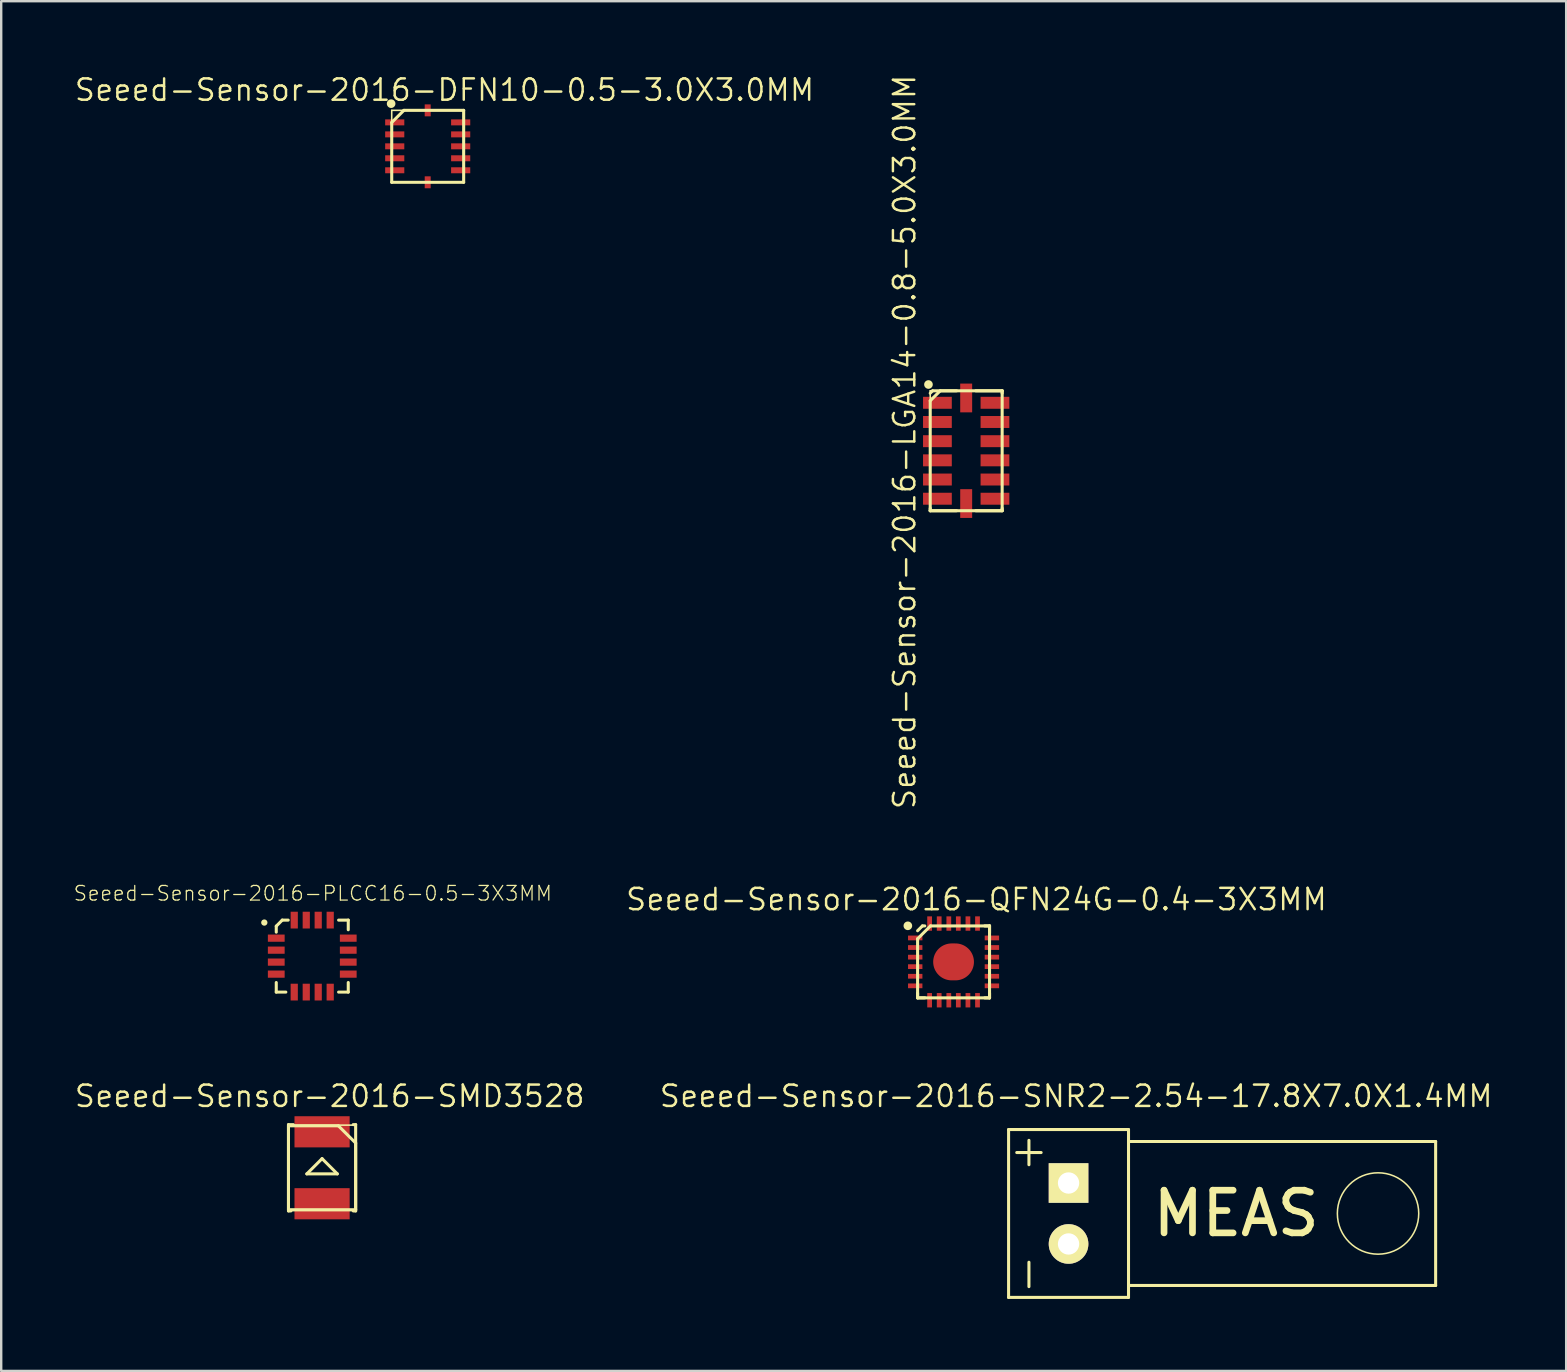
<source format=kicad_pcb>
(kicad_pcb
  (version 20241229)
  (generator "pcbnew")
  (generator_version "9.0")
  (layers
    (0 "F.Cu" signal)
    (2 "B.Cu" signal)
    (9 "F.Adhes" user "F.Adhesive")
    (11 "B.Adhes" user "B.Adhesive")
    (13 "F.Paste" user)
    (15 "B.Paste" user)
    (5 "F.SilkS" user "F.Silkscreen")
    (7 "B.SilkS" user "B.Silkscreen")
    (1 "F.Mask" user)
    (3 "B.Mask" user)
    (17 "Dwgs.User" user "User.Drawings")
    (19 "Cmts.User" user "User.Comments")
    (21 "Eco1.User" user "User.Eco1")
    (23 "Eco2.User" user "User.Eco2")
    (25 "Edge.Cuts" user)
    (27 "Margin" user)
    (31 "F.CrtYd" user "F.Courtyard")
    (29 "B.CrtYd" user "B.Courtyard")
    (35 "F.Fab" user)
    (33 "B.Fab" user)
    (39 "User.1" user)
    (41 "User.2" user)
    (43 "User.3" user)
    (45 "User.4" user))
  (footprint "Seeed-Sensor-2016-SNR2-2.54-17.8X7.0X1.4MM"
    (layer "F.Cu")
    (at 41.481 47.521)
    (property "Reference" "Seeed-Sensor-2016-SNR2-2.54-17.8X7.0X1.4MM" (at 0.318 -4.889 0) (layer "F.SilkS") (effects (font (size 0.889 0.889) (thickness 0.102))))
    (attr exclude_from_pos_files exclude_from_bom)
    (fp_line (start -2.499 -3.498) (end -2.499 3.498) (stroke (width 0.127) (type solid)) (layer "F.SilkS"))
    (fp_line (start -2.499 3.498) (end 2.499 3.498) (stroke (width 0.127) (type solid)) (layer "F.SilkS"))
    (fp_line (start -1.651 -2.54) (end -2.159 -2.54) (stroke (width 0.127) (type solid)) (layer "F.SilkS"))
    (fp_line (start -1.651 -2.54) (end -1.651 -3.048) (stroke (width 0.127) (type solid)) (layer "F.SilkS"))
    (fp_line (start -1.651 -2.54) (end -1.651 -2.032) (stroke (width 0.127) (type solid)) (layer "F.SilkS"))
    (fp_line (start -1.651 -2.54) (end -1.143 -2.54) (stroke (width 0.127) (type solid)) (layer "F.SilkS"))
    (fp_line (start -1.651 3.048) (end -1.651 2.032) (stroke (width 0.127) (type solid)) (layer "F.SilkS"))
    (fp_line (start 2.499 -3.498) (end -2.499 -3.498) (stroke (width 0.127) (type solid)) (layer "F.SilkS"))
    (fp_line (start 2.499 -3) (end 2.499 -3.498) (stroke (width 0.127) (type solid)) (layer "F.SilkS"))
    (fp_line (start 2.499 -3) (end 15.298 -3) (stroke (width 0.127) (type solid)) (layer "F.SilkS"))
    (fp_line (start 2.499 3) (end 2.499 -3) (stroke (width 0.127) (type solid)) (layer "F.SilkS"))
    (fp_line (start 2.499 3.498) (end 2.499 3) (stroke (width 0.127) (type solid)) (layer "F.SilkS"))
    (fp_line (start 15.298 -3) (end 15.298 3) (stroke (width 0.127) (type solid)) (layer "F.SilkS"))
    (fp_line (start 15.298 3) (end 2.499 3) (stroke (width 0.127) (type solid)) (layer "F.SilkS"))
    (fp_circle (center 12.898 0) (end 14.097 1.199) (stroke (width 0.064) (type solid)) (fill no) (layer "F.SilkS"))
    (fp_text user "MEAS" (at 6.985 0 0) (layer "F.SilkS") (effects (font (size 1.778 1.778) (thickness 0.279))))
    (pad "1" thru_hole rect (at 0 -1.27) (size 1.651 1.651) (drill 0.889) (layers "*.Cu" "F.Mask" "F.SilkS" "F.Paste"))
    (pad "2" thru_hole circle (at 0 1.27) (size 1.651 1.651) (drill 0.889) (layers "*.Cu" "F.Mask" "F.SilkS" "F.Paste")))
  (footprint "Seeed-Sensor-2016-PLCC16-0.5-3X3MM"
    (layer "F.Cu")
    (at 8.463 38.295)
    (property "Reference" "Seeed-Sensor-2016-PLCC16-0.5-3X3MM" (at 1.524 -4.115 0) (layer "F.SilkS") (effects (font (size 0.61 0.61) (thickness 0.051))))
    (attr smd)
    (fp_line (start 0 -2.748) (end 0 -2.499) (stroke (width 0.127) (type solid)) (layer "F.SilkS"))
    (fp_line (start 0 0) (end 0 -0.399) (stroke (width 0.127) (type solid)) (layer "F.SilkS"))
    (fp_line (start 0.249 -3) (end 0 -2.748) (stroke (width 0.127) (type solid)) (layer "F.SilkS"))
    (fp_line (start 0.399 0) (end 0 0) (stroke (width 0.127) (type solid)) (layer "F.SilkS"))
    (fp_line (start 0.498 -3) (end 0.249 -3) (stroke (width 0.127) (type solid)) (layer "F.SilkS"))
    (fp_line (start 2.598 -3) (end 3 -3) (stroke (width 0.127) (type solid)) (layer "F.SilkS"))
    (fp_line (start 3 -2.598) (end 3 -3) (stroke (width 0.127) (type solid)) (layer "F.SilkS"))
    (fp_line (start 3 -0.399) (end 3 0) (stroke (width 0.127) (type solid)) (layer "F.SilkS"))
    (fp_line (start 3 0) (end 2.598 0) (stroke (width 0.127) (type solid)) (layer "F.SilkS"))
    (fp_circle (center -0.498 -2.898) (end -0.546 -2.946) (stroke (width 0.127) (type solid)) (fill no) (layer "F.SilkS"))
    (pad "1" smd rect (at 0 -2.248) (size 0.699 0.3) (layers "F.Cu" "F.Mask" "F.Paste"))
    (pad "2" smd rect (at 0 -1.748) (size 0.699 0.3) (layers "F.Cu" "F.Mask" "F.Paste"))
    (pad "3" smd rect (at 0 -1.25) (size 0.699 0.3) (layers "F.Cu" "F.Mask" "F.Paste"))
    (pad "4" smd rect (at 0 -0.749) (size 0.699 0.3) (layers "F.Cu" "F.Mask" "F.Paste"))
    (pad "5" smd rect (at 0.749 0 90) (size 0.699 0.3) (layers "F.Cu" "F.Mask" "F.Paste"))
    (pad "6" smd rect (at 1.25 0 90) (size 0.699 0.3) (layers "F.Cu" "F.Mask" "F.Paste"))
    (pad "7" smd rect (at 1.748 0 90) (size 0.699 0.3) (layers "F.Cu" "F.Mask" "F.Paste"))
    (pad "8" smd rect (at 2.248 0 90) (size 0.699 0.3) (layers "F.Cu" "F.Mask" "F.Paste"))
    (pad "9" smd rect (at 3 -0.749) (size 0.699 0.3) (layers "F.Cu" "F.Mask" "F.Paste"))
    (pad "10" smd rect (at 3 -1.25) (size 0.699 0.3) (layers "F.Cu" "F.Mask" "F.Paste"))
    (pad "11" smd rect (at 3 -1.748) (size 0.699 0.3) (layers "F.Cu" "F.Mask" "F.Paste"))
    (pad "12" smd rect (at 3 -2.248) (size 0.699 0.3) (layers "F.Cu" "F.Mask" "F.Paste"))
    (pad "13" smd rect (at 2.248 -3 90) (size 0.699 0.3) (layers "F.Cu" "F.Mask" "F.Paste"))
    (pad "14" smd rect (at 1.748 -3 90) (size 0.699 0.3) (layers "F.Cu" "F.Mask" "F.Paste"))
    (pad "15" smd rect (at 1.25 -3 90) (size 0.699 0.3) (layers "F.Cu" "F.Mask" "F.Paste"))
    (pad "16" smd rect (at 0.749 -3 90) (size 0.699 0.3) (layers "F.Cu" "F.Mask" "F.Paste")))
  (footprint "Seeed-Sensor-2016-QFN24G-0.4-3X3MM"
    (layer "F.Cu")
    (at 36.689 37.036)
    (property "Reference" "Seeed-Sensor-2016-QFN24G-0.4-3X3MM" (at 0.953 -2.603 0) (layer "F.SilkS") (effects (font (size 0.889 0.889) (thickness 0.102))))
    (attr smd)
    (fp_line (start -1.499 -0.963) (end -0.963 -1.499) (stroke (width 0.127) (type solid)) (layer "F.SilkS"))
    (fp_line (start -1.499 1.499) (end -1.499 -0.963) (stroke (width 0.127) (type solid)) (layer "F.SilkS"))
    (fp_line (start -1.499 1.499) (end -1.499 1.298) (stroke (width 0.127) (type solid)) (layer "F.SilkS"))
    (fp_line (start -1.298 -1.499) (end -1.499 -1.298) (stroke (width 0.127) (type solid)) (layer "F.SilkS"))
    (fp_line (start -1.199 -1.499) (end -1.298 -1.499) (stroke (width 0.127) (type solid)) (layer "F.SilkS"))
    (fp_line (start -1.199 1.499) (end -1.499 1.499) (stroke (width 0.127) (type solid)) (layer "F.SilkS"))
    (fp_line (start -0.963 -1.499) (end 1.499 -1.499) (stroke (width 0.127) (type solid)) (layer "F.SilkS"))
    (fp_line (start 1.298 1.499) (end 1.499 1.499) (stroke (width 0.127) (type solid)) (layer "F.SilkS"))
    (fp_line (start 1.499 -1.499) (end 1.298 -1.499) (stroke (width 0.127) (type solid)) (layer "F.SilkS"))
    (fp_line (start 1.499 -1.499) (end 1.499 1.499) (stroke (width 0.127) (type solid)) (layer "F.SilkS"))
    (fp_line (start 1.499 -1.199) (end 1.499 -1.499) (stroke (width 0.127) (type solid)) (layer "F.SilkS"))
    (fp_line (start 1.499 1.499) (end -1.499 1.499) (stroke (width 0.127) (type solid)) (layer "F.SilkS"))
    (fp_line (start 1.499 1.499) (end 1.499 1.298) (stroke (width 0.127) (type solid)) (layer "F.SilkS"))
    (fp_circle (center -1.905 -1.504) (end -2.032 -1.631) (stroke (width 0) (type solid)) (fill yes) (layer "F.SilkS"))
    (pad "1" smd rect (at -1.598 -0.998) (size 0.599 0.198) (layers "F.Cu" "F.Mask" "F.Paste"))
    (pad "2" smd rect (at -1.598 -0.599) (size 0.599 0.198) (layers "F.Cu" "F.Mask" "F.Paste"))
    (pad "3" smd rect (at -1.598 -0.198) (size 0.599 0.198) (layers "F.Cu" "F.Mask" "F.Paste"))
    (pad "4" smd rect (at -1.598 0.198) (size 0.599 0.198) (layers "F.Cu" "F.Mask" "F.Paste"))
    (pad "5" smd rect (at -1.598 0.599) (size 0.599 0.198) (layers "F.Cu" "F.Mask" "F.Paste"))
    (pad "6" smd rect (at -1.598 0.998) (size 0.599 0.198) (layers "F.Cu" "F.Mask" "F.Paste"))
    (pad "7" smd rect (at -0.998 1.598 90) (size 0.599 0.198) (layers "F.Cu" "F.Mask" "F.Paste"))
    (pad "8" smd rect (at -0.599 1.598 90) (size 0.599 0.198) (layers "F.Cu" "F.Mask" "F.Paste"))
    (pad "9" smd rect (at -0.198 1.598 90) (size 0.599 0.198) (layers "F.Cu" "F.Mask" "F.Paste"))
    (pad "10" smd rect (at 0.198 1.598 90) (size 0.599 0.198) (layers "F.Cu" "F.Mask" "F.Paste"))
    (pad "11" smd rect (at 0.599 1.598 90) (size 0.599 0.198) (layers "F.Cu" "F.Mask" "F.Paste"))
    (pad "12" smd rect (at 0.998 1.598 90) (size 0.599 0.198) (layers "F.Cu" "F.Mask" "F.Paste"))
    (pad "13" smd rect (at 1.598 0.998 180) (size 0.599 0.198) (layers "F.Cu" "F.Mask" "F.Paste"))
    (pad "14" smd rect (at 1.598 0.599 180) (size 0.599 0.198) (layers "F.Cu" "F.Mask" "F.Paste"))
    (pad "15" smd rect (at 1.598 0.198 180) (size 0.599 0.198) (layers "F.Cu" "F.Mask" "F.Paste"))
    (pad "16" smd rect (at 1.598 -0.198 180) (size 0.599 0.198) (layers "F.Cu" "F.Mask" "F.Paste"))
    (pad "17" smd rect (at 1.598 -0.599 180) (size 0.599 0.198) (layers "F.Cu" "F.Mask" "F.Paste"))
    (pad "18" smd rect (at 1.598 -0.998 180) (size 0.599 0.198) (layers "F.Cu" "F.Mask" "F.Paste"))
    (pad "19" smd rect (at 0.998 -1.598 270) (size 0.599 0.198) (layers "F.Cu" "F.Mask" "F.Paste"))
    (pad "20" smd rect (at 0.599 -1.598 270) (size 0.599 0.198) (layers "F.Cu" "F.Mask" "F.Paste"))
    (pad "21" smd rect (at 0.198 -1.598 270) (size 0.599 0.198) (layers "F.Cu" "F.Mask" "F.Paste"))
    (pad "22" smd rect (at -0.198 -1.598 270) (size 0.599 0.198) (layers "F.Cu" "F.Mask" "F.Paste"))
    (pad "23" smd rect (at -0.599 -1.598 270) (size 0.599 0.198) (layers "F.Cu" "F.Mask" "F.Paste"))
    (pad "24" smd rect (at -0.998 -1.598 270) (size 0.599 0.198) (layers "F.Cu" "F.Mask" "F.Paste"))
    (pad "25" smd oval (at 0 0) (size 1.699 1.539) (layers "F.Cu" "F.Mask" "F.Paste")))
  (footprint "Seeed-Sensor-2016-DFN10-0.5-3.0X3.0MM"
    (layer "F.Cu")
    (at 14.774 3.048)
    (property "Reference" "Seeed-Sensor-2016-DFN10-0.5-3.0X3.0MM" (at 0.699 -2.349 0) (layer "F.SilkS") (effects (font (size 0.889 0.889) (thickness 0.102))))
    (attr smd)
    (fp_line (start -1.499 -1.499) (end 1.499 -1.499) (stroke (width 0.066) (type solid)) (layer "F.SilkS"))
    (fp_line (start -1.499 -0.993) (end -0.993 -1.499) (stroke (width 0.127) (type solid)) (layer "F.SilkS"))
    (fp_line (start -1.499 1.499) (end -1.499 -1.499) (stroke (width 0.066) (type solid)) (layer "F.SilkS"))
    (fp_line (start -1.499 1.499) (end -1.499 -0.993) (stroke (width 0.127) (type solid)) (layer "F.SilkS"))
    (fp_line (start -1.499 1.499) (end 1.499 1.499) (stroke (width 0.066) (type solid)) (layer "F.SilkS"))
    (fp_line (start -0.993 -1.499) (end 1.499 -1.499) (stroke (width 0.127) (type solid)) (layer "F.SilkS"))
    (fp_line (start 1.499 -1.499) (end 1.499 1.499) (stroke (width 0.127) (type solid)) (layer "F.SilkS"))
    (fp_line (start 1.499 1.499) (end -1.499 1.499) (stroke (width 0.127) (type solid)) (layer "F.SilkS"))
    (fp_line (start 1.499 1.499) (end 1.499 -1.499) (stroke (width 0.066) (type solid)) (layer "F.SilkS"))
    (fp_circle (center -1.524 -1.778) (end -1.651 -1.905) (stroke (width 0) (type solid)) (fill yes) (layer "F.SilkS"))
    (pad "1" smd rect (at -1.374 -0.998) (size 0.798 0.249) (layers "F.Cu" "F.Mask" "F.Paste"))
    (pad "2" smd rect (at -1.374 -0.498) (size 0.798 0.249) (layers "F.Cu" "F.Mask" "F.Paste"))
    (pad "3" smd rect (at -1.374 0) (size 0.798 0.249) (layers "F.Cu" "F.Mask" "F.Paste"))
    (pad "4" smd rect (at -1.374 0.498) (size 0.798 0.249) (layers "F.Cu" "F.Mask" "F.Paste"))
    (pad "5" smd rect (at -1.374 0.998) (size 0.798 0.249) (layers "F.Cu" "F.Mask" "F.Paste"))
    (pad "6" smd rect (at 1.374 0.998 180) (size 0.798 0.249) (layers "F.Cu" "F.Mask" "F.Paste"))
    (pad "7" smd rect (at 1.374 0.498 180) (size 0.798 0.249) (layers "F.Cu" "F.Mask" "F.Paste"))
    (pad "8" smd rect (at 1.374 0 180) (size 0.798 0.249) (layers "F.Cu" "F.Mask" "F.Paste"))
    (pad "9" smd rect (at 1.374 -0.498 180) (size 0.798 0.249) (layers "F.Cu" "F.Mask" "F.Paste"))
    (pad "10" smd rect (at 1.374 -0.998 180) (size 0.798 0.249) (layers "F.Cu" "F.Mask" "F.Paste"))
    (pad "11" smd rect (at 0 1.499 90) (size 0.498 0.249) (layers "F.Cu" "F.Mask" "F.Paste"))
    (pad "12" smd rect (at 0 -1.499 90) (size 0.498 0.249) (layers "F.Cu" "F.Mask" "F.Paste")))
  (footprint "Seeed-Sensor-2016-LGA14-0.8-5.0X3.0MM"
    (layer "F.Cu")
    (at 37.215 15.735)
    (property "Reference" "Seeed-Sensor-2016-LGA14-0.8-5.0X3.0MM" (at -2.57 -0.368 90) (layer "F.SilkS") (effects (font (size 0.889 0.889) (thickness 0.102))))
    (attr smd)
    (fp_line (start -1.499 -2.499) (end 1.499 -2.499) (stroke (width 0.066) (type solid)) (layer "F.SilkS"))
    (fp_line (start -1.499 -2.398) (end -1.4 -2.499) (stroke (width 0.127) (type solid)) (layer "F.SilkS"))
    (fp_line (start -1.499 -2.083) (end -1.082 -2.499) (stroke (width 0.127) (type solid)) (layer "F.SilkS"))
    (fp_line (start -1.499 2.499) (end -1.499 -2.499) (stroke (width 0.066) (type solid)) (layer "F.SilkS"))
    (fp_line (start -1.499 2.499) (end -1.499 -2.083) (stroke (width 0.127) (type solid)) (layer "F.SilkS"))
    (fp_line (start -1.499 2.499) (end -1.499 2.398) (stroke (width 0.127) (type solid)) (layer "F.SilkS"))
    (fp_line (start -1.499 2.499) (end 1.499 2.499) (stroke (width 0.066) (type solid)) (layer "F.SilkS"))
    (fp_line (start -1.4 -2.499) (end -0.399 -2.499) (stroke (width 0.127) (type solid)) (layer "F.SilkS"))
    (fp_line (start -1.082 -2.499) (end 1.499 -2.499) (stroke (width 0.127) (type solid)) (layer "F.SilkS"))
    (fp_line (start -0.399 2.499) (end -1.499 2.499) (stroke (width 0.127) (type solid)) (layer "F.SilkS"))
    (fp_line (start 0.399 -2.499) (end 1.499 -2.499) (stroke (width 0.127) (type solid)) (layer "F.SilkS"))
    (fp_line (start 0.399 2.499) (end 1.499 2.499) (stroke (width 0.127) (type solid)) (layer "F.SilkS"))
    (fp_line (start 1.499 -2.499) (end 1.499 -2.398) (stroke (width 0.127) (type solid)) (layer "F.SilkS"))
    (fp_line (start 1.499 -2.499) (end 1.499 2.499) (stroke (width 0.127) (type solid)) (layer "F.SilkS"))
    (fp_line (start 1.499 2.499) (end -1.499 2.499) (stroke (width 0.127) (type solid)) (layer "F.SilkS"))
    (fp_line (start 1.499 2.499) (end 1.499 -2.499) (stroke (width 0.066) (type solid)) (layer "F.SilkS"))
    (fp_line (start 1.499 2.499) (end 1.499 2.398) (stroke (width 0.127) (type solid)) (layer "F.SilkS"))
    (fp_circle (center -1.572 -2.761) (end -1.699 -2.888) (stroke (width 0) (type solid)) (fill yes) (layer "F.SilkS"))
    (pad "1" smd rect (at -1.199 -1.999) (size 1.199 0.498) (layers "F.Cu" "F.Mask" "F.Paste"))
    (pad "2" smd rect (at -1.199 -1.199) (size 1.199 0.498) (layers "F.Cu" "F.Mask" "F.Paste"))
    (pad "3" smd rect (at -1.199 -0.399) (size 1.199 0.498) (layers "F.Cu" "F.Mask" "F.Paste"))
    (pad "4" smd rect (at -1.199 0.399) (size 1.199 0.498) (layers "F.Cu" "F.Mask" "F.Paste"))
    (pad "5" smd rect (at -1.199 1.199) (size 1.199 0.498) (layers "F.Cu" "F.Mask" "F.Paste"))
    (pad "6" smd rect (at -1.199 1.999) (size 1.199 0.498) (layers "F.Cu" "F.Mask" "F.Paste"))
    (pad "7" smd rect (at 0 2.2 90) (size 1.199 0.498) (layers "F.Cu" "F.Mask" "F.Paste"))
    (pad "8" smd rect (at 1.199 1.999 180) (size 1.199 0.498) (layers "F.Cu" "F.Mask" "F.Paste"))
    (pad "9" smd rect (at 1.199 1.199 180) (size 1.199 0.498) (layers "F.Cu" "F.Mask" "F.Paste"))
    (pad "10" smd rect (at 1.199 0.399 180) (size 1.199 0.498) (layers "F.Cu" "F.Mask" "F.Paste"))
    (pad "11" smd rect (at 1.199 -0.399 180) (size 1.199 0.498) (layers "F.Cu" "F.Mask" "F.Paste"))
    (pad "12" smd rect (at 1.199 -1.199 180) (size 1.199 0.498) (layers "F.Cu" "F.Mask" "F.Paste"))
    (pad "13" smd rect (at 1.199 -1.999 180) (size 1.199 0.498) (layers "F.Cu" "F.Mask" "F.Paste"))
    (pad "14" smd rect (at 0 -2.2 270) (size 1.199 0.498) (layers "F.Cu" "F.Mask" "F.Paste")))
  (footprint "Seeed-Sensor-2016-SMD3528"
    (layer "F.Cu")
    (at 10.372 45.616)
    (property "Reference" "Seeed-Sensor-2016-SMD3528" (at 0.318 -2.985 0) (layer "F.SilkS") (effects (font (size 0.889 0.889) (thickness 0.102))))
    (attr smd)
    (fp_line (start -1.4 -1.798) (end -1.199 -1.798) (stroke (width 0.127) (type solid)) (layer "F.SilkS"))
    (fp_line (start -1.4 -1.748) (end 0.681 -1.748) (stroke (width 0.127) (type solid)) (layer "F.SilkS"))
    (fp_line (start -1.4 1.748) (end -1.4 -1.748) (stroke (width 0.127) (type solid)) (layer "F.SilkS"))
    (fp_line (start -1.4 1.798) (end -1.4 -1.798) (stroke (width 0.127) (type solid)) (layer "F.SilkS"))
    (fp_line (start -1.397 -1.778) (end 1.397 -1.778) (stroke (width 0.066) (type solid)) (layer "F.SilkS"))
    (fp_line (start -1.397 1.778) (end -1.397 -1.778) (stroke (width 0.066) (type solid)) (layer "F.SilkS"))
    (fp_line (start -1.397 1.778) (end 1.397 1.778) (stroke (width 0.066) (type solid)) (layer "F.SilkS"))
    (fp_line (start -1.298 1.798) (end -1.4 1.798) (stroke (width 0.127) (type solid)) (layer "F.SilkS"))
    (fp_line (start -0.635 0.254) (end 0.635 0.254) (stroke (width 0.127) (type solid)) (layer "F.SilkS"))
    (fp_line (start 0 -0.381) (end -0.635 0.254) (stroke (width 0.127) (type solid)) (layer "F.SilkS"))
    (fp_line (start 0.635 0.254) (end 0 -0.381) (stroke (width 0.127) (type solid)) (layer "F.SilkS"))
    (fp_line (start 0.681 -1.748) (end 1.4 -1.031) (stroke (width 0.127) (type solid)) (layer "F.SilkS"))
    (fp_line (start 1.298 -1.798) (end 1.4 -1.798) (stroke (width 0.127) (type solid)) (layer "F.SilkS"))
    (fp_line (start 1.397 1.778) (end 1.397 -1.778) (stroke (width 0.066) (type solid)) (layer "F.SilkS"))
    (fp_line (start 1.4 -1.798) (end 1.4 1.798) (stroke (width 0.127) (type solid)) (layer "F.SilkS"))
    (fp_line (start 1.4 -1.031) (end 1.4 1.748) (stroke (width 0.127) (type solid)) (layer "F.SilkS"))
    (fp_line (start 1.4 1.748) (end -1.4 1.748) (stroke (width 0.127) (type solid)) (layer "F.SilkS"))
    (fp_line (start 1.4 1.798) (end 1.298 1.798) (stroke (width 0.127) (type solid)) (layer "F.SilkS"))
    (pad "+" smd rect (at 0 1.499) (size 2.299 1.298) (layers "F.Cu" "F.Mask" "F.Paste"))
    (pad "-" smd rect (at 0 -1.499) (size 2.299 1.298) (layers "F.Cu" "F.Mask" "F.Paste")))
  (gr_rect
    (start -3 -3)
    (end 62.219 54.082)
    (stroke (width 0.1) (type default))
    (fill no)
    (layer "Edge.Cuts")))
</source>
